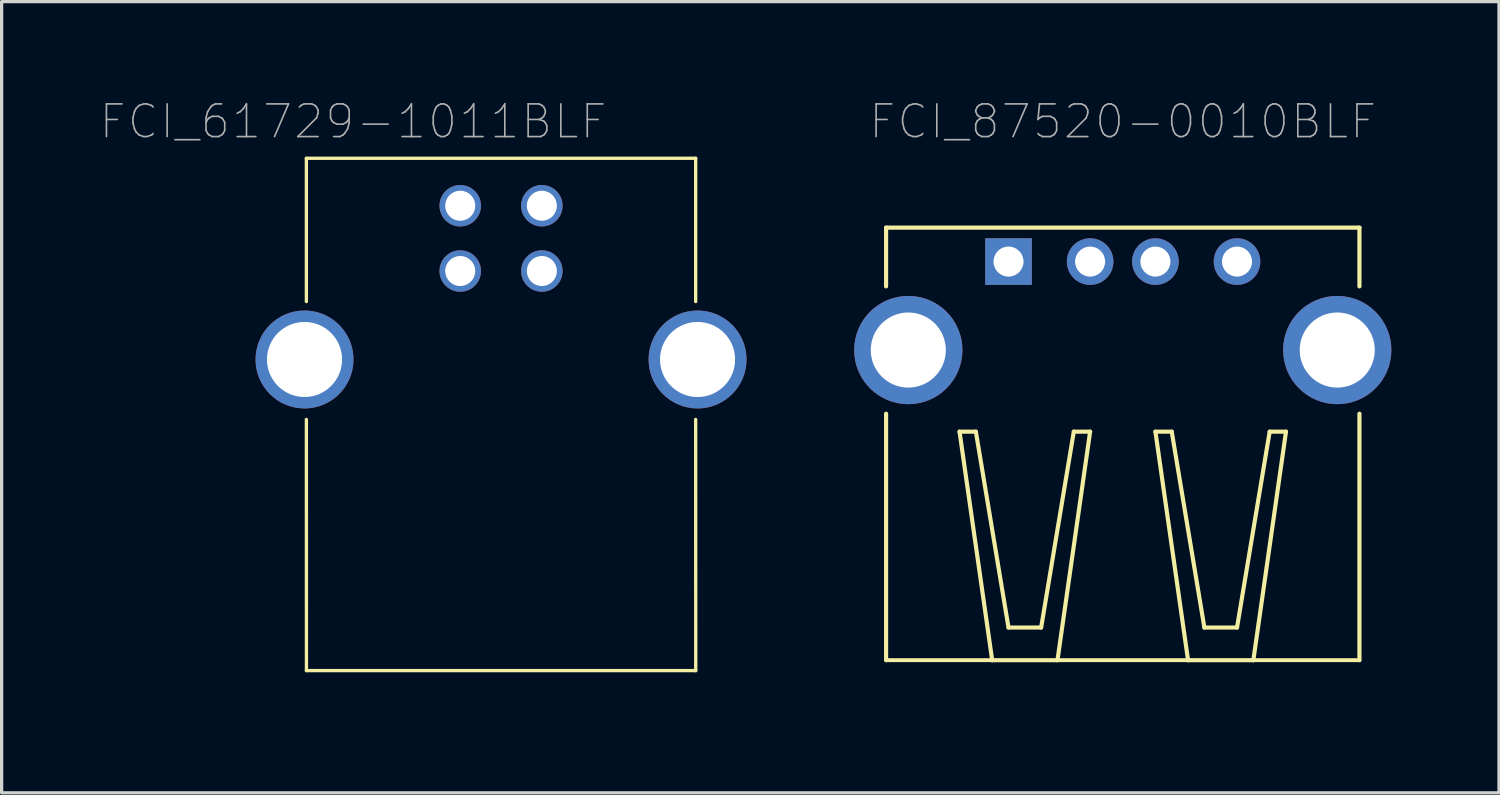
<source format=kicad_pcb>
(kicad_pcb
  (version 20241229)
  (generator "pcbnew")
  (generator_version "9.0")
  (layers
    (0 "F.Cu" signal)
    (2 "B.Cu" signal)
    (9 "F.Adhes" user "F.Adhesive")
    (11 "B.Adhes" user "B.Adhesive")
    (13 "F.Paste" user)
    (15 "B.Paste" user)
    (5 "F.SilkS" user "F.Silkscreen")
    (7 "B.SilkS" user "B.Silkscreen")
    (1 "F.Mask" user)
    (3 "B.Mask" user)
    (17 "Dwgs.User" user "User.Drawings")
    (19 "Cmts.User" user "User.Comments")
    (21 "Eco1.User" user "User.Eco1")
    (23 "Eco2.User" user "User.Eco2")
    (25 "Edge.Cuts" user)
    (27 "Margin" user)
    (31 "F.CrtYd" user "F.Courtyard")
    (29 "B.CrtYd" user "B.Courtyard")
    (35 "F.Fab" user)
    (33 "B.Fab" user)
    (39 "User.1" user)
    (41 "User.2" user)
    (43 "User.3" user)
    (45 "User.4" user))
  (footprint "FCI_87520-0010BLF"
    (layer "F.Cu")
    (at 31.343 7.673)
    (property "Reference" "FCI_87520-0010BLF" (at 0 -7 180) (layer "F.Fab") (effects (font (size 1.001 1.001) (thickness 0.05))))
    (attr through_hole)
    (fp_line (start -7.25 -3.75) (end 7.25 -3.75) (stroke (width 0.127) (type solid)) (layer "F.SilkS"))
    (fp_line (start -7.25 -1.95) (end -7.25 -3.75) (stroke (width 0.127) (type solid)) (layer "F.SilkS"))
    (fp_line (start -7.25 9.5) (end -7.25 1.95) (stroke (width 0.127) (type solid)) (layer "F.SilkS"))
    (fp_line (start -5 2.5) (end -4.5 2.5) (stroke (width 0.127) (type solid)) (layer "F.SilkS"))
    (fp_line (start -4.5 2.5) (end -3.5 8.5) (stroke (width 0.127) (type solid)) (layer "F.SilkS"))
    (fp_line (start -4 9.5) (end -7.25 9.5) (stroke (width 0.12) (type solid)) (layer "F.SilkS"))
    (fp_line (start -4 9.5) (end -5 2.5) (stroke (width 0.127) (type solid)) (layer "F.SilkS"))
    (fp_line (start -3.5 8.5) (end -2.5 8.5) (stroke (width 0.127) (type solid)) (layer "F.SilkS"))
    (fp_line (start -2.5 8.5) (end -1.5 2.5) (stroke (width 0.127) (type solid)) (layer "F.SilkS"))
    (fp_line (start -2 9.5) (end -4 9.5) (stroke (width 0.127) (type solid)) (layer "F.SilkS"))
    (fp_line (start -2 9.5) (end 2 9.5) (stroke (width 0.12) (type solid)) (layer "F.SilkS"))
    (fp_line (start -1.5 2.5) (end -1 2.5) (stroke (width 0.127) (type solid)) (layer "F.SilkS"))
    (fp_line (start -1 2.5) (end -2 9.5) (stroke (width 0.127) (type solid)) (layer "F.SilkS"))
    (fp_line (start 1 2.5) (end 1.5 2.5) (stroke (width 0.127) (type solid)) (layer "F.SilkS"))
    (fp_line (start 1 2.5) (end 2 9.5) (stroke (width 0.127) (type solid)) (layer "F.SilkS"))
    (fp_line (start 1.5 2.5) (end 2.5 8.5) (stroke (width 0.127) (type solid)) (layer "F.SilkS"))
    (fp_line (start 2 9.5) (end 4 9.5) (stroke (width 0.127) (type solid)) (layer "F.SilkS"))
    (fp_line (start 2.5 8.5) (end 3.5 8.5) (stroke (width 0.127) (type solid)) (layer "F.SilkS"))
    (fp_line (start 3.5 8.5) (end 4.5 2.5) (stroke (width 0.127) (type solid)) (layer "F.SilkS"))
    (fp_line (start 4 9.5) (end 5 2.5) (stroke (width 0.127) (type solid)) (layer "F.SilkS"))
    (fp_line (start 4 9.5) (end 7.25 9.5) (stroke (width 0.12) (type solid)) (layer "F.SilkS"))
    (fp_line (start 4.5 2.5) (end 5 2.5) (stroke (width 0.127) (type solid)) (layer "F.SilkS"))
    (fp_line (start 7.25 -3.75) (end 7.25 -1.95) (stroke (width 0.127) (type solid)) (layer "F.SilkS"))
    (fp_line (start 7.25 1.95) (end 7.25 9.5) (stroke (width 0.127) (type solid)) (layer "F.SilkS"))
    (fp_line (start -8.5 -4) (end 8.5 -4) (stroke (width 0.05) (type solid)) (layer "Eco1.User"))
    (fp_line (start -8.5 10.5) (end -8.5 -4) (stroke (width 0.05) (type solid)) (layer "Eco1.User"))
    (fp_line (start 8.5 -4) (end 8.5 10.5) (stroke (width 0.05) (type solid)) (layer "Eco1.User"))
    (fp_line (start 8.5 10.5) (end -8.5 10.5) (stroke (width 0.05) (type solid)) (layer "Eco1.User"))
    (pad "1" thru_hole rect (at -3.5 -2.71) (size 1.428 1.428) (drill 0.92) (layers "*.Cu" "*.Mask"))
    (pad "2" thru_hole circle (at -1 -2.71) (size 1.428 1.428) (drill 0.92) (layers "*.Cu" "*.Mask"))
    (pad "3" thru_hole circle (at 1 -2.71) (size 1.428 1.428) (drill 0.92) (layers "*.Cu" "*.Mask"))
    (pad "4" thru_hole circle (at 3.5 -2.71) (size 1.428 1.428) (drill 0.92) (layers "*.Cu" "*.Mask"))
    (pad "P1" thru_hole circle (at -6.57 0) (size 3.316 3.316) (drill 2.3) (layers "*.Cu" "*.Mask"))
    (pad "P2" thru_hole circle (at 6.57 0) (size 3.316 3.316) (drill 2.3) (layers "*.Cu" "*.Mask")))
  (footprint "FCI_61729-1011BLF"
    (layer "F.Cu")
    (at 12.087 9.993)
    (property "Reference" "FCI_61729-1011BLF" (at -4.321 -9.32 0) (layer "F.Fab") (effects (font (size 1.001 1.001) (thickness 0.05))))
    (attr through_hole)
    (fp_line (start -5.752 -8.194) (end -5.752 -3.806) (stroke (width 0.102) (type solid)) (layer "F.SilkS"))
    (fp_line (start -5.752 -0.194) (end -5.75 7.5) (stroke (width 0.102) (type solid)) (layer "F.SilkS"))
    (fp_line (start -5.75 7.5) (end 6.175 7.5) (stroke (width 0.102) (type solid)) (layer "F.SilkS"))
    (fp_line (start 6.173 -8.194) (end -5.752 -8.194) (stroke (width 0.102) (type solid)) (layer "F.SilkS"))
    (fp_line (start 6.173 -3.806) (end 6.173 -8.194) (stroke (width 0.102) (type solid)) (layer "F.SilkS"))
    (fp_line (start 6.175 7.5) (end 6.173 -0.194) (stroke (width 0.102) (type solid)) (layer "F.SilkS"))
    (fp_line (start -6.964 -3.006) (end -6.964 -1.056) (stroke (width 0.102) (type solid)) (layer "Eco2.User"))
    (fp_line (start -6.964 -1.056) (end -5.814 -0.894) (stroke (width 0.102) (type solid)) (layer "Eco2.User"))
    (fp_line (start -5.802 -3.181) (end -6.964 -3.006) (stroke (width 0.102) (type solid)) (layer "Eco2.User"))
    (fp_line (start -5.752 -8.194) (end -5.752 8.194) (stroke (width 0.102) (type solid)) (layer "Eco2.User"))
    (fp_line (start 6.173 8.194) (end 6.173 -8.194) (stroke (width 0.102) (type solid)) (layer "Eco2.User"))
    (fp_line (start 6.223 -0.881) (end 7.386 -1.056) (stroke (width 0.102) (type solid)) (layer "Eco2.User"))
    (fp_line (start 7.386 -3.006) (end 6.236 -3.169) (stroke (width 0.102) (type solid)) (layer "Eco2.User"))
    (fp_line (start 7.386 -1.056) (end 7.386 -3.006) (stroke (width 0.102) (type solid)) (layer "Eco2.User"))
    (pad "1" thru_hole circle (at 1.461 -6.741) (size 1.27 1.27) (drill 0.92) (layers "*.Cu" "*.Mask"))
    (pad "2" thru_hole circle (at -1.039 -6.741) (size 1.27 1.27) (drill 0.92) (layers "*.Cu" "*.Mask"))
    (pad "3" thru_hole circle (at -1.039 -4.741) (size 1.27 1.27) (drill 0.92) (layers "*.Cu" "*.Mask"))
    (pad "4" thru_hole circle (at 1.461 -4.741) (size 1.27 1.27) (drill 0.92) (layers "*.Cu" "*.Mask"))
    (pad "M1" thru_hole circle (at -5.809 -2.031) (size 3 3) (drill 2.3) (layers "*.Cu" "*.Mask"))
    (pad "M2" thru_hole circle (at 6.231 -2.031) (size 3 3) (drill 2.3) (layers "*.Cu" "*.Mask")))
  (gr_rect
    (start -3 -3)
    (end 42.868 21.237)
    (stroke (width 0.1) (type default))
    (fill no)
    (layer "Edge.Cuts")))
</source>
